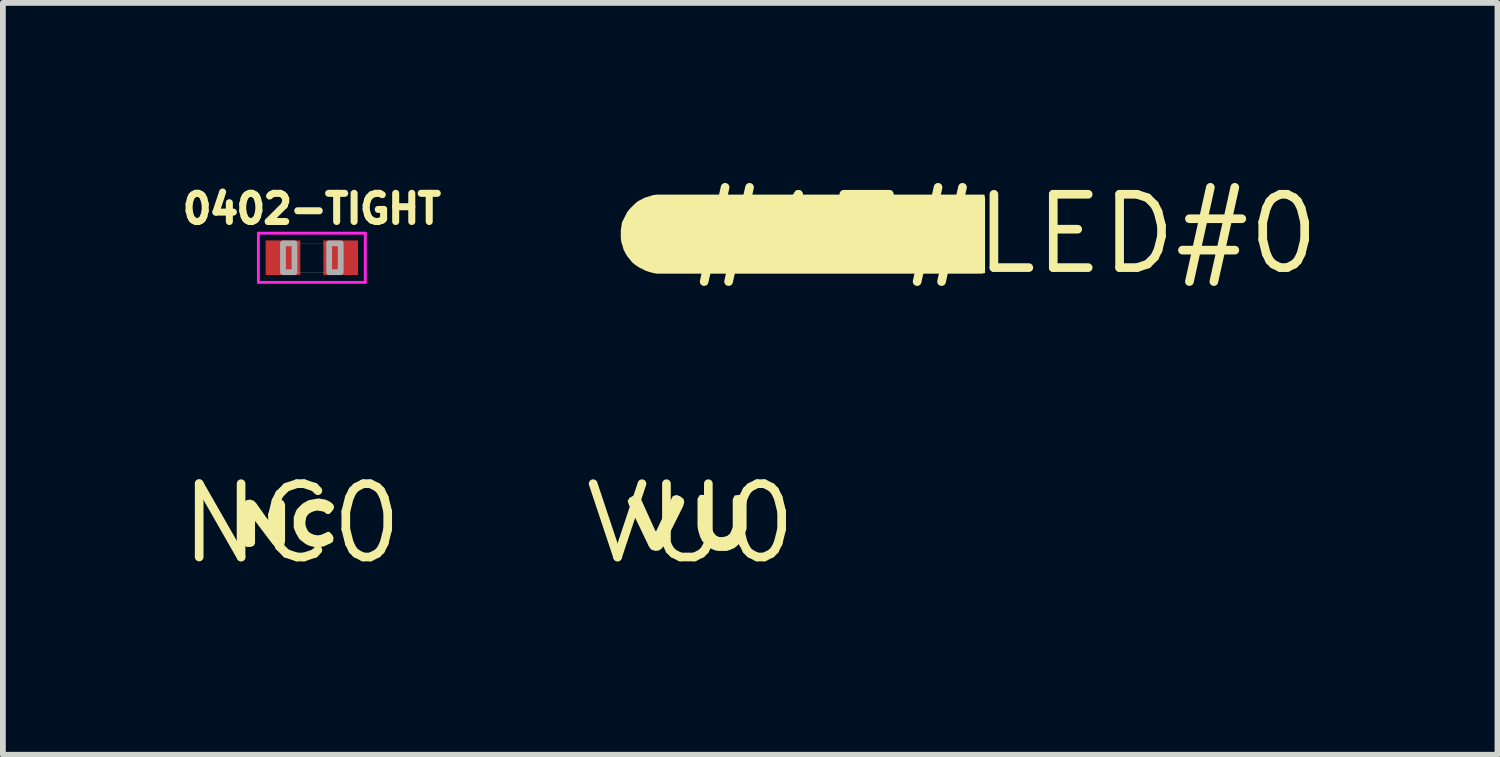
<source format=kicad_pcb>
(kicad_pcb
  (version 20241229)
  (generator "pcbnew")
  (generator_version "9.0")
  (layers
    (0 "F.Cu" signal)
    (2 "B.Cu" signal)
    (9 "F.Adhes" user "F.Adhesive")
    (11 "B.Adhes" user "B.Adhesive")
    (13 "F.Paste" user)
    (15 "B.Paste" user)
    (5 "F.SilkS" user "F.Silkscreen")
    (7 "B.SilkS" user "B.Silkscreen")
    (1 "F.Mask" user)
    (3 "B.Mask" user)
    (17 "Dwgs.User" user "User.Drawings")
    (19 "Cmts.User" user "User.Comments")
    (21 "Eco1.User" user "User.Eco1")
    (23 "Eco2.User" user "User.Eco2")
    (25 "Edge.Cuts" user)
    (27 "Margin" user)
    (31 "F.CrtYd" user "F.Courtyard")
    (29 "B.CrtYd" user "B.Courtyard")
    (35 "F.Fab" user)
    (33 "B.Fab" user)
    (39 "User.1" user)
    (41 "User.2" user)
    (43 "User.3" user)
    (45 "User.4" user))
  (footprint "0402-TIGHT"
    (layer "F.Cu")
    (at 2.352 1.415)
    (property "Reference" "0402-TIGHT" (at 0 -0.562 0) (layer "F.SilkS") (effects (font (size 0.488 0.488) (thickness 0.122)) (justify bottom)))
    (fp_line (start -0.926 -0.426) (end -0.926 0.426) (stroke (width 0.05) (type solid)) (layer "F.CrtYd"))
    (fp_line (start -0.926 0.426) (end 0.926 0.426) (stroke (width 0.05) (type solid)) (layer "F.CrtYd"))
    (fp_line (start 0.926 -0.426) (end -0.926 -0.426) (stroke (width 0.05) (type solid)) (layer "F.CrtYd"))
    (fp_line (start 0.926 0.426) (end 0.926 -0.426) (stroke (width 0.05) (type solid)) (layer "F.CrtYd"))
    (fp_line (start -0.5 -0.25) (end 0.5 -0.25) (stroke (width 0.003) (type solid)) (layer "F.Fab"))
    (fp_line (start -0.5 0.25) (end -0.5 -0.25) (stroke (width 0.003) (type solid)) (layer "F.Fab"))
    (fp_line (start 0.5 -0.25) (end 0.5 0.25) (stroke (width 0.003) (type solid)) (layer "F.Fab"))
    (fp_line (start 0.5 0.25) (end -0.5 0.25) (stroke (width 0.003) (type solid)) (layer "F.Fab"))
    (fp_poly (pts (xy -0.5 0.25) (xy -0.3 0.25) (xy -0.3 -0.25) (xy -0.5 -0.25)) (stroke (width 0.1) (type solid)) (fill no) (layer "F.Fab"))
    (fp_poly (pts (xy 0.5 -0.25) (xy 0.3 -0.25) (xy 0.3 0.25) (xy 0.5 0.25)) (stroke (width 0.1) (type solid)) (fill no) (layer "F.Fab"))
    (pad "1" smd rect (at -0.5 0) (size 0.6 0.6) (layers "F.Cu" "F.Mask" "F.Paste"))
    (pad "2" smd rect (at 0.5 0) (size 0.6 0.6) (layers "F.Cu" "F.Mask" "F.Paste")))
  (footprint "NC0"
    (layer "F.Cu")
    (at 2.003 6.019)
    (property "Reference" "NC0" (at 0 0 0) (layer "F.SilkS") (effects (font (size 1.27 1.27) (thickness 0.15))))
    (fp_poly (pts (xy -0.657 -0.394) (xy -0.616 -0.353) (xy -0.446 -0.113) (xy -0.325 0.045) (xy -0.325 -0.341) (xy -0.304 -0.394) (xy -0.251 -0.415) (xy -0.178 -0.415) (xy -0.136 -0.383) (xy -0.115 -0.331) (xy -0.115 0.3) (xy -0.125 0.362) (xy -0.158 0.395) (xy -0.23 0.405) (xy -0.282 0.405) (xy -0.334 0.353) (xy -0.635 -0.045) (xy -0.635 0.341) (xy -0.656 0.384) (xy -0.709 0.405) (xy -0.782 0.405) (xy -0.825 0.373) (xy -0.835 0.32) (xy -0.835 -0.32) (xy -0.825 -0.373) (xy -0.782 -0.405) (xy -0.72 -0.415)) (stroke (width 0) (type solid)) (fill yes) (layer "F.SilkS"))
    (fp_poly (pts (xy 0.521 -0.425) (xy 0.581 -0.415) (xy 0.632 -0.394) (xy 0.683 -0.364) (xy 0.725 -0.322) (xy 0.735 -0.269) (xy 0.694 -0.207) (xy 0.652 -0.165) (xy 0.608 -0.165) (xy 0.558 -0.205) (xy 0.509 -0.215) (xy 0.44 -0.225) (xy 0.391 -0.215) (xy 0.342 -0.196) (xy 0.293 -0.166) (xy 0.255 -0.118) (xy 0.245 -0.069) (xy 0.235 -0.01) (xy 0.245 0.049) (xy 0.264 0.098) (xy 0.294 0.146) (xy 0.342 0.176) (xy 0.391 0.195) (xy 0.45 0.205) (xy 0.509 0.195) (xy 0.558 0.175) (xy 0.619 0.145) (xy 0.652 0.145) (xy 0.704 0.197) (xy 0.725 0.249) (xy 0.715 0.313) (xy 0.672 0.344) (xy 0.622 0.365) (xy 0.562 0.395) (xy 0.5 0.405) (xy 0.39 0.405) (xy 0.339 0.395) (xy 0.278 0.375) (xy 0.227 0.344) (xy 0.187 0.314) (xy 0.136 0.273) (xy 0.106 0.223) (xy 0.076 0.172) (xy 0.055 0.122) (xy 0.035 0.071) (xy 0.035 -0.111) (xy 0.055 -0.162) (xy 0.076 -0.222) (xy 0.106 -0.263) (xy 0.146 -0.304) (xy 0.187 -0.344) (xy 0.238 -0.374) (xy 0.298 -0.405) (xy 0.349 -0.415) (xy 0.409 -0.425) (xy 0.46 -0.435)) (stroke (width 0) (type solid)) (fill yes) (layer "F.SilkS")))
  (footprint "#13#LED#0"
    (layer "F.Cu")
    (at 14.349 1.006)
    (property "Reference" "#13#LED#0" (at 0 0 0) (layer "F.SilkS") (effects (font (size 1.27 1.27) (thickness 0.15))))
    (fp_poly (pts (xy -6.081 0.675) (xy -6.151 0.655) (xy -6.212 0.635) (xy -6.333 0.574) (xy -6.393 0.534) (xy -6.444 0.494) (xy -6.484 0.443) (xy -6.534 0.383) (xy -6.564 0.332) (xy -6.595 0.272) (xy -6.615 0.201) (xy -6.635 0.141) (xy -6.645 0.07) (xy -6.645 -0.07) (xy -6.635 -0.131) (xy -6.625 -0.202) (xy -6.534 -0.383) (xy -6.494 -0.433) (xy -6.444 -0.484) (xy -6.393 -0.534) (xy -6.343 -0.574) (xy -6.222 -0.635) (xy -6.151 -0.655) (xy -6.091 -0.675) (xy -6.02 -0.685) (xy -0.346 -0.685) (xy -0.335 -0.62) (xy -0.335 0.674) (xy -0.4 0.685) (xy -6.01 0.685)) (stroke (width 0) (type solid)) (fill yes) (layer "F.SilkS")))
  (footprint "VU0"
    (layer "F.Cu")
    (at 8.918 6.019)
    (property "Reference" "VU0" (at 0 0 0) (layer "F.SilkS") (effects (font (size 1.27 1.27) (thickness 0.15))))
    (fp_poly (pts (xy -0.876 -0.443) (xy -0.855 -0.402) (xy -0.616 0.126) (xy -0.602 0.133) (xy -0.314 -0.474) (xy -0.25 -0.495) (xy -0.188 -0.474) (xy -0.125 -0.423) (xy -0.115 -0.37) (xy -0.135 -0.298) (xy -0.496 0.423) (xy -0.548 0.465) (xy -0.61 0.475) (xy -0.683 0.454) (xy -0.724 0.403) (xy -1.075 -0.328) (xy -1.095 -0.391) (xy -1.064 -0.444) (xy -0.992 -0.485) (xy -0.928 -0.495)) (stroke (width 0) (type solid)) (fill yes) (layer "F.SilkS"))
    (fp_poly (pts (xy 0.345 -0.452) (xy 0.355 -0.38) (xy 0.355 0.03) (xy 0.365 0.098) (xy 0.394 0.157) (xy 0.433 0.206) (xy 0.491 0.235) (xy 0.559 0.235) (xy 0.628 0.215) (xy 0.676 0.177) (xy 0.705 0.118) (xy 0.725 0.059) (xy 0.725 -0.421) (xy 0.757 -0.485) (xy 0.82 -0.495) (xy 0.891 -0.495) (xy 0.955 -0.463) (xy 0.965 -0.39) (xy 0.965 0.091) (xy 0.945 0.151) (xy 0.925 0.222) (xy 0.894 0.283) (xy 0.854 0.333) (xy 0.803 0.384) (xy 0.753 0.424) (xy 0.682 0.455) (xy 0.621 0.475) (xy 0.48 0.475) (xy 0.419 0.465) (xy 0.347 0.434) (xy 0.297 0.394) (xy 0.247 0.354) (xy 0.196 0.303) (xy 0.165 0.242) (xy 0.145 0.181) (xy 0.125 0.111) (xy 0.115 0.04) (xy 0.115 -0.432) (xy 0.157 -0.495) (xy 0.302 -0.495)) (stroke (width 0) (type solid)) (fill yes) (layer "F.SilkS")))
  (gr_rect
    (start -3 -3)
    (end 22.89 10.025)
    (stroke (width 0.1) (type default))
    (fill no)
    (layer "Edge.Cuts")))
</source>
